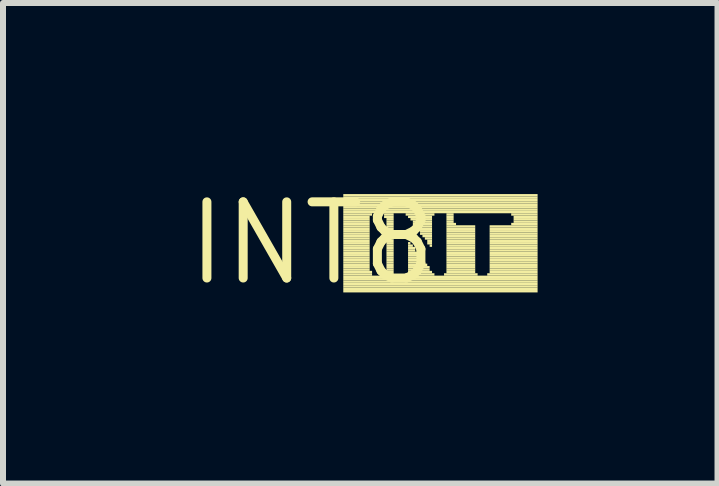
<source format=kicad_pcb>
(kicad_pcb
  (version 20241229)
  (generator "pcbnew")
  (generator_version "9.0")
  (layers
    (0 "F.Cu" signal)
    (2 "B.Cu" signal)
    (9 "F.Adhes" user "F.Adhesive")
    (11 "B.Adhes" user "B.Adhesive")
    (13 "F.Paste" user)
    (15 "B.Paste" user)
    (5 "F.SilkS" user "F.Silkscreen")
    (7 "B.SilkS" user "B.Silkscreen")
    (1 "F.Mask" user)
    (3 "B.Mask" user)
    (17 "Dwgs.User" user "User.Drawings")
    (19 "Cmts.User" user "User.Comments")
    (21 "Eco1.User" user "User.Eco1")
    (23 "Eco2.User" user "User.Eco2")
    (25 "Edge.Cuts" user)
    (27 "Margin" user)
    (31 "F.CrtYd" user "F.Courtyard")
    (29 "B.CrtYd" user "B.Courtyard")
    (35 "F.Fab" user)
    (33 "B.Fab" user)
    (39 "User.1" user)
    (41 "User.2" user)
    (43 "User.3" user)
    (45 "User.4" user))
  (footprint "INT8"
    (layer "F.Cu")
    (at 2.154 1.006)
    (property "Reference" "INT8" (at 0 0 0) (layer "F.SilkS") (effects (font (size 1.27 1.27) (thickness 0.15))))
    (attr through_hole)
    (fp_poly (pts (xy 0.52 -0.78) (xy 3.76 -0.78) (xy 3.76 -0.82) (xy 0.52 -0.82)) (stroke (width 0) (type solid)) (fill yes) (layer "F.SilkS"))
    (fp_poly (pts (xy 0.52 -0.74) (xy 3.76 -0.74) (xy 3.76 -0.78) (xy 0.52 -0.78)) (stroke (width 0) (type solid)) (fill yes) (layer "F.SilkS"))
    (fp_poly (pts (xy 0.52 -0.7) (xy 3.76 -0.7) (xy 3.76 -0.74) (xy 0.52 -0.74)) (stroke (width 0) (type solid)) (fill yes) (layer "F.SilkS"))
    (fp_poly (pts (xy 0.52 -0.66) (xy 3.76 -0.66) (xy 3.76 -0.7) (xy 0.52 -0.7)) (stroke (width 0) (type solid)) (fill yes) (layer "F.SilkS"))
    (fp_poly (pts (xy 0.52 -0.62) (xy 3.76 -0.62) (xy 3.76 -0.66) (xy 0.52 -0.66)) (stroke (width 0) (type solid)) (fill yes) (layer "F.SilkS"))
    (fp_poly (pts (xy 0.52 -0.58) (xy 3.76 -0.58) (xy 3.76 -0.62) (xy 0.52 -0.62)) (stroke (width 0) (type solid)) (fill yes) (layer "F.SilkS"))
    (fp_poly (pts (xy 0.52 -0.54) (xy 3.76 -0.54) (xy 3.76 -0.58) (xy 0.52 -0.58)) (stroke (width 0) (type solid)) (fill yes) (layer "F.SilkS"))
    (fp_poly (pts (xy 0.52 -0.5) (xy 3.76 -0.5) (xy 3.76 -0.54) (xy 0.52 -0.54)) (stroke (width 0) (type solid)) (fill yes) (layer "F.SilkS"))
    (fp_poly (pts (xy 0.52 -0.46) (xy 1 -0.46) (xy 1 -0.5) (xy 0.52 -0.5)) (stroke (width 0) (type solid)) (fill yes) (layer "F.SilkS"))
    (fp_poly (pts (xy 0.52 -0.42) (xy 0.96 -0.42) (xy 0.96 -0.46) (xy 0.52 -0.46)) (stroke (width 0) (type solid)) (fill yes) (layer "F.SilkS"))
    (fp_poly (pts (xy 0.52 -0.38) (xy 0.96 -0.38) (xy 0.96 -0.42) (xy 0.52 -0.42)) (stroke (width 0) (type solid)) (fill yes) (layer "F.SilkS"))
    (fp_poly (pts (xy 0.52 -0.34) (xy 0.96 -0.34) (xy 0.96 -0.38) (xy 0.52 -0.38)) (stroke (width 0) (type solid)) (fill yes) (layer "F.SilkS"))
    (fp_poly (pts (xy 0.52 -0.3) (xy 0.96 -0.3) (xy 0.96 -0.34) (xy 0.52 -0.34)) (stroke (width 0) (type solid)) (fill yes) (layer "F.SilkS"))
    (fp_poly (pts (xy 0.52 -0.26) (xy 0.96 -0.26) (xy 0.96 -0.3) (xy 0.52 -0.3)) (stroke (width 0) (type solid)) (fill yes) (layer "F.SilkS"))
    (fp_poly (pts (xy 0.52 -0.22) (xy 0.96 -0.22) (xy 0.96 -0.26) (xy 0.52 -0.26)) (stroke (width 0) (type solid)) (fill yes) (layer "F.SilkS"))
    (fp_poly (pts (xy 0.52 -0.18) (xy 0.96 -0.18) (xy 0.96 -0.22) (xy 0.52 -0.22)) (stroke (width 0) (type solid)) (fill yes) (layer "F.SilkS"))
    (fp_poly (pts (xy 0.52 -0.14) (xy 0.96 -0.14) (xy 0.96 -0.18) (xy 0.52 -0.18)) (stroke (width 0) (type solid)) (fill yes) (layer "F.SilkS"))
    (fp_poly (pts (xy 0.52 -0.1) (xy 0.96 -0.1) (xy 0.96 -0.14) (xy 0.52 -0.14)) (stroke (width 0) (type solid)) (fill yes) (layer "F.SilkS"))
    (fp_poly (pts (xy 0.52 -0.06) (xy 0.96 -0.06) (xy 0.96 -0.1) (xy 0.52 -0.1)) (stroke (width 0) (type solid)) (fill yes) (layer "F.SilkS"))
    (fp_poly (pts (xy 0.52 -0.02) (xy 0.96 -0.02) (xy 0.96 -0.06) (xy 0.52 -0.06)) (stroke (width 0) (type solid)) (fill yes) (layer "F.SilkS"))
    (fp_poly (pts (xy 0.52 0.02) (xy 0.96 0.02) (xy 0.96 -0.02) (xy 0.52 -0.02)) (stroke (width 0) (type solid)) (fill yes) (layer "F.SilkS"))
    (fp_poly (pts (xy 0.52 0.06) (xy 0.96 0.06) (xy 0.96 0.02) (xy 0.52 0.02)) (stroke (width 0) (type solid)) (fill yes) (layer "F.SilkS"))
    (fp_poly (pts (xy 0.52 0.1) (xy 0.96 0.1) (xy 0.96 0.06) (xy 0.52 0.06)) (stroke (width 0) (type solid)) (fill yes) (layer "F.SilkS"))
    (fp_poly (pts (xy 0.52 0.14) (xy 0.96 0.14) (xy 0.96 0.1) (xy 0.52 0.1)) (stroke (width 0) (type solid)) (fill yes) (layer "F.SilkS"))
    (fp_poly (pts (xy 0.52 0.18) (xy 0.96 0.18) (xy 0.96 0.14) (xy 0.52 0.14)) (stroke (width 0) (type solid)) (fill yes) (layer "F.SilkS"))
    (fp_poly (pts (xy 0.52 0.22) (xy 0.96 0.22) (xy 0.96 0.18) (xy 0.52 0.18)) (stroke (width 0) (type solid)) (fill yes) (layer "F.SilkS"))
    (fp_poly (pts (xy 0.52 0.26) (xy 0.96 0.26) (xy 0.96 0.22) (xy 0.52 0.22)) (stroke (width 0) (type solid)) (fill yes) (layer "F.SilkS"))
    (fp_poly (pts (xy 0.52 0.3) (xy 0.96 0.3) (xy 0.96 0.26) (xy 0.52 0.26)) (stroke (width 0) (type solid)) (fill yes) (layer "F.SilkS"))
    (fp_poly (pts (xy 0.52 0.34) (xy 0.96 0.34) (xy 0.96 0.3) (xy 0.52 0.3)) (stroke (width 0) (type solid)) (fill yes) (layer "F.SilkS"))
    (fp_poly (pts (xy 0.52 0.38) (xy 0.96 0.38) (xy 0.96 0.34) (xy 0.52 0.34)) (stroke (width 0) (type solid)) (fill yes) (layer "F.SilkS"))
    (fp_poly (pts (xy 0.52 0.42) (xy 0.96 0.42) (xy 0.96 0.38) (xy 0.52 0.38)) (stroke (width 0) (type solid)) (fill yes) (layer "F.SilkS"))
    (fp_poly (pts (xy 0.52 0.46) (xy 0.96 0.46) (xy 0.96 0.42) (xy 0.52 0.42)) (stroke (width 0) (type solid)) (fill yes) (layer "F.SilkS"))
    (fp_poly (pts (xy 0.52 0.5) (xy 1 0.5) (xy 1 0.46) (xy 0.52 0.46)) (stroke (width 0) (type solid)) (fill yes) (layer "F.SilkS"))
    (fp_poly (pts (xy 0.52 0.54) (xy 1 0.54) (xy 1 0.5) (xy 0.52 0.5)) (stroke (width 0) (type solid)) (fill yes) (layer "F.SilkS"))
    (fp_poly (pts (xy 0.52 0.58) (xy 3.76 0.58) (xy 3.76 0.54) (xy 0.52 0.54)) (stroke (width 0) (type solid)) (fill yes) (layer "F.SilkS"))
    (fp_poly (pts (xy 0.52 0.62) (xy 3.76 0.62) (xy 3.76 0.58) (xy 0.52 0.58)) (stroke (width 0) (type solid)) (fill yes) (layer "F.SilkS"))
    (fp_poly (pts (xy 0.52 0.66) (xy 3.76 0.66) (xy 3.76 0.62) (xy 0.52 0.62)) (stroke (width 0) (type solid)) (fill yes) (layer "F.SilkS"))
    (fp_poly (pts (xy 0.52 0.7) (xy 3.76 0.7) (xy 3.76 0.66) (xy 0.52 0.66)) (stroke (width 0) (type solid)) (fill yes) (layer "F.SilkS"))
    (fp_poly (pts (xy 0.52 0.74) (xy 3.76 0.74) (xy 3.76 0.7) (xy 0.52 0.7)) (stroke (width 0) (type solid)) (fill yes) (layer "F.SilkS"))
    (fp_poly (pts (xy 0.52 0.78) (xy 3.76 0.78) (xy 3.76 0.74) (xy 0.52 0.74)) (stroke (width 0) (type solid)) (fill yes) (layer "F.SilkS"))
    (fp_poly (pts (xy 0.52 0.82) (xy 3.76 0.82) (xy 3.76 0.78) (xy 0.52 0.78)) (stroke (width 0) (type solid)) (fill yes) (layer "F.SilkS"))
    (fp_poly (pts (xy 1.2 -0.46) (xy 1.36 -0.46) (xy 1.36 -0.5) (xy 1.2 -0.5)) (stroke (width 0) (type solid)) (fill yes) (layer "F.SilkS"))
    (fp_poly (pts (xy 1.2 -0.42) (xy 1.36 -0.42) (xy 1.36 -0.46) (xy 1.2 -0.46)) (stroke (width 0) (type solid)) (fill yes) (layer "F.SilkS"))
    (fp_poly (pts (xy 1.2 0.5) (xy 1.36 0.5) (xy 1.36 0.46) (xy 1.2 0.46)) (stroke (width 0) (type solid)) (fill yes) (layer "F.SilkS"))
    (fp_poly (pts (xy 1.2 0.54) (xy 1.36 0.54) (xy 1.36 0.5) (xy 1.2 0.5)) (stroke (width 0) (type solid)) (fill yes) (layer "F.SilkS"))
    (fp_poly (pts (xy 1.24 -0.38) (xy 1.36 -0.38) (xy 1.36 -0.42) (xy 1.24 -0.42)) (stroke (width 0) (type solid)) (fill yes) (layer "F.SilkS"))
    (fp_poly (pts (xy 1.24 -0.34) (xy 1.36 -0.34) (xy 1.36 -0.38) (xy 1.24 -0.38)) (stroke (width 0) (type solid)) (fill yes) (layer "F.SilkS"))
    (fp_poly (pts (xy 1.24 -0.3) (xy 1.36 -0.3) (xy 1.36 -0.34) (xy 1.24 -0.34)) (stroke (width 0) (type solid)) (fill yes) (layer "F.SilkS"))
    (fp_poly (pts (xy 1.24 -0.26) (xy 1.36 -0.26) (xy 1.36 -0.3) (xy 1.24 -0.3)) (stroke (width 0) (type solid)) (fill yes) (layer "F.SilkS"))
    (fp_poly (pts (xy 1.24 -0.22) (xy 1.36 -0.22) (xy 1.36 -0.26) (xy 1.24 -0.26)) (stroke (width 0) (type solid)) (fill yes) (layer "F.SilkS"))
    (fp_poly (pts (xy 1.24 -0.18) (xy 1.36 -0.18) (xy 1.36 -0.22) (xy 1.24 -0.22)) (stroke (width 0) (type solid)) (fill yes) (layer "F.SilkS"))
    (fp_poly (pts (xy 1.24 -0.14) (xy 1.36 -0.14) (xy 1.36 -0.18) (xy 1.24 -0.18)) (stroke (width 0) (type solid)) (fill yes) (layer "F.SilkS"))
    (fp_poly (pts (xy 1.24 -0.1) (xy 1.36 -0.1) (xy 1.36 -0.14) (xy 1.24 -0.14)) (stroke (width 0) (type solid)) (fill yes) (layer "F.SilkS"))
    (fp_poly (pts (xy 1.24 -0.06) (xy 1.36 -0.06) (xy 1.36 -0.1) (xy 1.24 -0.1)) (stroke (width 0) (type solid)) (fill yes) (layer "F.SilkS"))
    (fp_poly (pts (xy 1.24 -0.02) (xy 1.36 -0.02) (xy 1.36 -0.06) (xy 1.24 -0.06)) (stroke (width 0) (type solid)) (fill yes) (layer "F.SilkS"))
    (fp_poly (pts (xy 1.24 0.02) (xy 1.36 0.02) (xy 1.36 -0.02) (xy 1.24 -0.02)) (stroke (width 0) (type solid)) (fill yes) (layer "F.SilkS"))
    (fp_poly (pts (xy 1.24 0.06) (xy 1.36 0.06) (xy 1.36 0.02) (xy 1.24 0.02)) (stroke (width 0) (type solid)) (fill yes) (layer "F.SilkS"))
    (fp_poly (pts (xy 1.24 0.1) (xy 1.36 0.1) (xy 1.36 0.06) (xy 1.24 0.06)) (stroke (width 0) (type solid)) (fill yes) (layer "F.SilkS"))
    (fp_poly (pts (xy 1.24 0.14) (xy 1.36 0.14) (xy 1.36 0.1) (xy 1.24 0.1)) (stroke (width 0) (type solid)) (fill yes) (layer "F.SilkS"))
    (fp_poly (pts (xy 1.24 0.18) (xy 1.36 0.18) (xy 1.36 0.14) (xy 1.24 0.14)) (stroke (width 0) (type solid)) (fill yes) (layer "F.SilkS"))
    (fp_poly (pts (xy 1.24 0.22) (xy 1.36 0.22) (xy 1.36 0.18) (xy 1.24 0.18)) (stroke (width 0) (type solid)) (fill yes) (layer "F.SilkS"))
    (fp_poly (pts (xy 1.24 0.26) (xy 1.36 0.26) (xy 1.36 0.22) (xy 1.24 0.22)) (stroke (width 0) (type solid)) (fill yes) (layer "F.SilkS"))
    (fp_poly (pts (xy 1.24 0.3) (xy 1.36 0.3) (xy 1.36 0.26) (xy 1.24 0.26)) (stroke (width 0) (type solid)) (fill yes) (layer "F.SilkS"))
    (fp_poly (pts (xy 1.24 0.34) (xy 1.36 0.34) (xy 1.36 0.3) (xy 1.24 0.3)) (stroke (width 0) (type solid)) (fill yes) (layer "F.SilkS"))
    (fp_poly (pts (xy 1.24 0.38) (xy 1.36 0.38) (xy 1.36 0.34) (xy 1.24 0.34)) (stroke (width 0) (type solid)) (fill yes) (layer "F.SilkS"))
    (fp_poly (pts (xy 1.24 0.42) (xy 1.36 0.42) (xy 1.36 0.38) (xy 1.24 0.38)) (stroke (width 0) (type solid)) (fill yes) (layer "F.SilkS"))
    (fp_poly (pts (xy 1.24 0.46) (xy 1.36 0.46) (xy 1.36 0.42) (xy 1.24 0.42)) (stroke (width 0) (type solid)) (fill yes) (layer "F.SilkS"))
    (fp_poly (pts (xy 1.56 -0.46) (xy 2.04 -0.46) (xy 2.04 -0.5) (xy 1.56 -0.5)) (stroke (width 0) (type solid)) (fill yes) (layer "F.SilkS"))
    (fp_poly (pts (xy 1.56 0.54) (xy 2.04 0.54) (xy 2.04 0.5) (xy 1.56 0.5)) (stroke (width 0) (type solid)) (fill yes) (layer "F.SilkS"))
    (fp_poly (pts (xy 1.6 -0.42) (xy 2 -0.42) (xy 2 -0.46) (xy 1.6 -0.46)) (stroke (width 0) (type solid)) (fill yes) (layer "F.SilkS"))
    (fp_poly (pts (xy 1.6 0.02) (xy 1.64 0.02) (xy 1.64 -0.02) (xy 1.6 -0.02)) (stroke (width 0) (type solid)) (fill yes) (layer "F.SilkS"))
    (fp_poly (pts (xy 1.6 0.06) (xy 1.68 0.06) (xy 1.68 0.02) (xy 1.6 0.02)) (stroke (width 0) (type solid)) (fill yes) (layer "F.SilkS"))
    (fp_poly (pts (xy 1.6 0.1) (xy 1.72 0.1) (xy 1.72 0.06) (xy 1.6 0.06)) (stroke (width 0) (type solid)) (fill yes) (layer "F.SilkS"))
    (fp_poly (pts (xy 1.6 0.14) (xy 1.72 0.14) (xy 1.72 0.1) (xy 1.6 0.1)) (stroke (width 0) (type solid)) (fill yes) (layer "F.SilkS"))
    (fp_poly (pts (xy 1.6 0.18) (xy 1.76 0.18) (xy 1.76 0.14) (xy 1.6 0.14)) (stroke (width 0) (type solid)) (fill yes) (layer "F.SilkS"))
    (fp_poly (pts (xy 1.6 0.22) (xy 1.8 0.22) (xy 1.8 0.18) (xy 1.6 0.18)) (stroke (width 0) (type solid)) (fill yes) (layer "F.SilkS"))
    (fp_poly (pts (xy 1.6 0.26) (xy 1.84 0.26) (xy 1.84 0.22) (xy 1.6 0.22)) (stroke (width 0) (type solid)) (fill yes) (layer "F.SilkS"))
    (fp_poly (pts (xy 1.6 0.3) (xy 1.84 0.3) (xy 1.84 0.26) (xy 1.6 0.26)) (stroke (width 0) (type solid)) (fill yes) (layer "F.SilkS"))
    (fp_poly (pts (xy 1.6 0.34) (xy 1.88 0.34) (xy 1.88 0.3) (xy 1.6 0.3)) (stroke (width 0) (type solid)) (fill yes) (layer "F.SilkS"))
    (fp_poly (pts (xy 1.6 0.38) (xy 1.92 0.38) (xy 1.92 0.34) (xy 1.6 0.34)) (stroke (width 0) (type solid)) (fill yes) (layer "F.SilkS"))
    (fp_poly (pts (xy 1.6 0.42) (xy 1.96 0.42) (xy 1.96 0.38) (xy 1.6 0.38)) (stroke (width 0) (type solid)) (fill yes) (layer "F.SilkS"))
    (fp_poly (pts (xy 1.6 0.46) (xy 1.96 0.46) (xy 1.96 0.42) (xy 1.6 0.42)) (stroke (width 0) (type solid)) (fill yes) (layer "F.SilkS"))
    (fp_poly (pts (xy 1.6 0.5) (xy 2 0.5) (xy 2 0.46) (xy 1.6 0.46)) (stroke (width 0) (type solid)) (fill yes) (layer "F.SilkS"))
    (fp_poly (pts (xy 1.64 -0.38) (xy 2 -0.38) (xy 2 -0.42) (xy 1.64 -0.42)) (stroke (width 0) (type solid)) (fill yes) (layer "F.SilkS"))
    (fp_poly (pts (xy 1.68 -0.34) (xy 2 -0.34) (xy 2 -0.38) (xy 1.68 -0.38)) (stroke (width 0) (type solid)) (fill yes) (layer "F.SilkS"))
    (fp_poly (pts (xy 1.68 -0.3) (xy 2 -0.3) (xy 2 -0.34) (xy 1.68 -0.34)) (stroke (width 0) (type solid)) (fill yes) (layer "F.SilkS"))
    (fp_poly (pts (xy 1.72 -0.26) (xy 2 -0.26) (xy 2 -0.3) (xy 1.72 -0.3)) (stroke (width 0) (type solid)) (fill yes) (layer "F.SilkS"))
    (fp_poly (pts (xy 1.76 -0.22) (xy 2 -0.22) (xy 2 -0.26) (xy 1.76 -0.26)) (stroke (width 0) (type solid)) (fill yes) (layer "F.SilkS"))
    (fp_poly (pts (xy 1.8 -0.18) (xy 2 -0.18) (xy 2 -0.22) (xy 1.8 -0.22)) (stroke (width 0) (type solid)) (fill yes) (layer "F.SilkS"))
    (fp_poly (pts (xy 1.8 -0.14) (xy 2 -0.14) (xy 2 -0.18) (xy 1.8 -0.18)) (stroke (width 0) (type solid)) (fill yes) (layer "F.SilkS"))
    (fp_poly (pts (xy 1.84 -0.1) (xy 2 -0.1) (xy 2 -0.14) (xy 1.84 -0.14)) (stroke (width 0) (type solid)) (fill yes) (layer "F.SilkS"))
    (fp_poly (pts (xy 1.88 -0.06) (xy 2 -0.06) (xy 2 -0.1) (xy 1.88 -0.1)) (stroke (width 0) (type solid)) (fill yes) (layer "F.SilkS"))
    (fp_poly (pts (xy 1.92 -0.02) (xy 2 -0.02) (xy 2 -0.06) (xy 1.92 -0.06)) (stroke (width 0) (type solid)) (fill yes) (layer "F.SilkS"))
    (fp_poly (pts (xy 1.92 0.02) (xy 2 0.02) (xy 2 -0.02) (xy 1.92 -0.02)) (stroke (width 0) (type solid)) (fill yes) (layer "F.SilkS"))
    (fp_poly (pts (xy 1.96 0.06) (xy 2 0.06) (xy 2 0.02) (xy 1.96 0.02)) (stroke (width 0) (type solid)) (fill yes) (layer "F.SilkS"))
    (fp_poly (pts (xy 2.2 0.54) (xy 2.76 0.54) (xy 2.76 0.5) (xy 2.2 0.5)) (stroke (width 0) (type solid)) (fill yes) (layer "F.SilkS"))
    (fp_poly (pts (xy 2.24 -0.46) (xy 2.36 -0.46) (xy 2.36 -0.5) (xy 2.24 -0.5)) (stroke (width 0) (type solid)) (fill yes) (layer "F.SilkS"))
    (fp_poly (pts (xy 2.24 -0.42) (xy 2.36 -0.42) (xy 2.36 -0.46) (xy 2.24 -0.46)) (stroke (width 0) (type solid)) (fill yes) (layer "F.SilkS"))
    (fp_poly (pts (xy 2.24 -0.38) (xy 2.36 -0.38) (xy 2.36 -0.42) (xy 2.24 -0.42)) (stroke (width 0) (type solid)) (fill yes) (layer "F.SilkS"))
    (fp_poly (pts (xy 2.24 -0.34) (xy 2.36 -0.34) (xy 2.36 -0.38) (xy 2.24 -0.38)) (stroke (width 0) (type solid)) (fill yes) (layer "F.SilkS"))
    (fp_poly (pts (xy 2.24 -0.3) (xy 2.4 -0.3) (xy 2.4 -0.34) (xy 2.24 -0.34)) (stroke (width 0) (type solid)) (fill yes) (layer "F.SilkS"))
    (fp_poly (pts (xy 2.24 -0.26) (xy 2.72 -0.26) (xy 2.72 -0.3) (xy 2.24 -0.3)) (stroke (width 0) (type solid)) (fill yes) (layer "F.SilkS"))
    (fp_poly (pts (xy 2.24 -0.22) (xy 2.72 -0.22) (xy 2.72 -0.26) (xy 2.24 -0.26)) (stroke (width 0) (type solid)) (fill yes) (layer "F.SilkS"))
    (fp_poly (pts (xy 2.24 -0.18) (xy 2.72 -0.18) (xy 2.72 -0.22) (xy 2.24 -0.22)) (stroke (width 0) (type solid)) (fill yes) (layer "F.SilkS"))
    (fp_poly (pts (xy 2.24 -0.14) (xy 2.72 -0.14) (xy 2.72 -0.18) (xy 2.24 -0.18)) (stroke (width 0) (type solid)) (fill yes) (layer "F.SilkS"))
    (fp_poly (pts (xy 2.24 -0.1) (xy 2.72 -0.1) (xy 2.72 -0.14) (xy 2.24 -0.14)) (stroke (width 0) (type solid)) (fill yes) (layer "F.SilkS"))
    (fp_poly (pts (xy 2.24 -0.06) (xy 2.72 -0.06) (xy 2.72 -0.1) (xy 2.24 -0.1)) (stroke (width 0) (type solid)) (fill yes) (layer "F.SilkS"))
    (fp_poly (pts (xy 2.24 -0.02) (xy 2.72 -0.02) (xy 2.72 -0.06) (xy 2.24 -0.06)) (stroke (width 0) (type solid)) (fill yes) (layer "F.SilkS"))
    (fp_poly (pts (xy 2.24 0.02) (xy 2.72 0.02) (xy 2.72 -0.02) (xy 2.24 -0.02)) (stroke (width 0) (type solid)) (fill yes) (layer "F.SilkS"))
    (fp_poly (pts (xy 2.24 0.06) (xy 2.72 0.06) (xy 2.72 0.02) (xy 2.24 0.02)) (stroke (width 0) (type solid)) (fill yes) (layer "F.SilkS"))
    (fp_poly (pts (xy 2.24 0.1) (xy 2.72 0.1) (xy 2.72 0.06) (xy 2.24 0.06)) (stroke (width 0) (type solid)) (fill yes) (layer "F.SilkS"))
    (fp_poly (pts (xy 2.24 0.14) (xy 2.72 0.14) (xy 2.72 0.1) (xy 2.24 0.1)) (stroke (width 0) (type solid)) (fill yes) (layer "F.SilkS"))
    (fp_poly (pts (xy 2.24 0.18) (xy 2.72 0.18) (xy 2.72 0.14) (xy 2.24 0.14)) (stroke (width 0) (type solid)) (fill yes) (layer "F.SilkS"))
    (fp_poly (pts (xy 2.24 0.22) (xy 2.72 0.22) (xy 2.72 0.18) (xy 2.24 0.18)) (stroke (width 0) (type solid)) (fill yes) (layer "F.SilkS"))
    (fp_poly (pts (xy 2.24 0.26) (xy 2.72 0.26) (xy 2.72 0.22) (xy 2.24 0.22)) (stroke (width 0) (type solid)) (fill yes) (layer "F.SilkS"))
    (fp_poly (pts (xy 2.24 0.3) (xy 2.72 0.3) (xy 2.72 0.26) (xy 2.24 0.26)) (stroke (width 0) (type solid)) (fill yes) (layer "F.SilkS"))
    (fp_poly (pts (xy 2.24 0.34) (xy 2.72 0.34) (xy 2.72 0.3) (xy 2.24 0.3)) (stroke (width 0) (type solid)) (fill yes) (layer "F.SilkS"))
    (fp_poly (pts (xy 2.24 0.38) (xy 2.72 0.38) (xy 2.72 0.34) (xy 2.24 0.34)) (stroke (width 0) (type solid)) (fill yes) (layer "F.SilkS"))
    (fp_poly (pts (xy 2.24 0.42) (xy 2.72 0.42) (xy 2.72 0.38) (xy 2.24 0.38)) (stroke (width 0) (type solid)) (fill yes) (layer "F.SilkS"))
    (fp_poly (pts (xy 2.24 0.46) (xy 2.72 0.46) (xy 2.72 0.42) (xy 2.24 0.42)) (stroke (width 0) (type solid)) (fill yes) (layer "F.SilkS"))
    (fp_poly (pts (xy 2.24 0.5) (xy 2.72 0.5) (xy 2.72 0.46) (xy 2.24 0.46)) (stroke (width 0) (type solid)) (fill yes) (layer "F.SilkS"))
    (fp_poly (pts (xy 2.92 0.54) (xy 3.76 0.54) (xy 3.76 0.5) (xy 2.92 0.5)) (stroke (width 0) (type solid)) (fill yes) (layer "F.SilkS"))
    (fp_poly (pts (xy 2.96 -0.26) (xy 3.76 -0.26) (xy 3.76 -0.3) (xy 2.96 -0.3)) (stroke (width 0) (type solid)) (fill yes) (layer "F.SilkS"))
    (fp_poly (pts (xy 2.96 -0.22) (xy 3.76 -0.22) (xy 3.76 -0.26) (xy 2.96 -0.26)) (stroke (width 0) (type solid)) (fill yes) (layer "F.SilkS"))
    (fp_poly (pts (xy 2.96 -0.18) (xy 3.76 -0.18) (xy 3.76 -0.22) (xy 2.96 -0.22)) (stroke (width 0) (type solid)) (fill yes) (layer "F.SilkS"))
    (fp_poly (pts (xy 2.96 -0.14) (xy 3.76 -0.14) (xy 3.76 -0.18) (xy 2.96 -0.18)) (stroke (width 0) (type solid)) (fill yes) (layer "F.SilkS"))
    (fp_poly (pts (xy 2.96 -0.1) (xy 3.76 -0.1) (xy 3.76 -0.14) (xy 2.96 -0.14)) (stroke (width 0) (type solid)) (fill yes) (layer "F.SilkS"))
    (fp_poly (pts (xy 2.96 -0.06) (xy 3.76 -0.06) (xy 3.76 -0.1) (xy 2.96 -0.1)) (stroke (width 0) (type solid)) (fill yes) (layer "F.SilkS"))
    (fp_poly (pts (xy 2.96 -0.02) (xy 3.76 -0.02) (xy 3.76 -0.06) (xy 2.96 -0.06)) (stroke (width 0) (type solid)) (fill yes) (layer "F.SilkS"))
    (fp_poly (pts (xy 2.96 0.02) (xy 3.76 0.02) (xy 3.76 -0.02) (xy 2.96 -0.02)) (stroke (width 0) (type solid)) (fill yes) (layer "F.SilkS"))
    (fp_poly (pts (xy 2.96 0.06) (xy 3.76 0.06) (xy 3.76 0.02) (xy 2.96 0.02)) (stroke (width 0) (type solid)) (fill yes) (layer "F.SilkS"))
    (fp_poly (pts (xy 2.96 0.1) (xy 3.76 0.1) (xy 3.76 0.06) (xy 2.96 0.06)) (stroke (width 0) (type solid)) (fill yes) (layer "F.SilkS"))
    (fp_poly (pts (xy 2.96 0.14) (xy 3.76 0.14) (xy 3.76 0.1) (xy 2.96 0.1)) (stroke (width 0) (type solid)) (fill yes) (layer "F.SilkS"))
    (fp_poly (pts (xy 2.96 0.18) (xy 3.76 0.18) (xy 3.76 0.14) (xy 2.96 0.14)) (stroke (width 0) (type solid)) (fill yes) (layer "F.SilkS"))
    (fp_poly (pts (xy 2.96 0.22) (xy 3.76 0.22) (xy 3.76 0.18) (xy 2.96 0.18)) (stroke (width 0) (type solid)) (fill yes) (layer "F.SilkS"))
    (fp_poly (pts (xy 2.96 0.26) (xy 3.76 0.26) (xy 3.76 0.22) (xy 2.96 0.22)) (stroke (width 0) (type solid)) (fill yes) (layer "F.SilkS"))
    (fp_poly (pts (xy 2.96 0.3) (xy 3.76 0.3) (xy 3.76 0.26) (xy 2.96 0.26)) (stroke (width 0) (type solid)) (fill yes) (layer "F.SilkS"))
    (fp_poly (pts (xy 2.96 0.34) (xy 3.76 0.34) (xy 3.76 0.3) (xy 2.96 0.3)) (stroke (width 0) (type solid)) (fill yes) (layer "F.SilkS"))
    (fp_poly (pts (xy 2.96 0.38) (xy 3.76 0.38) (xy 3.76 0.34) (xy 2.96 0.34)) (stroke (width 0) (type solid)) (fill yes) (layer "F.SilkS"))
    (fp_poly (pts (xy 2.96 0.42) (xy 3.76 0.42) (xy 3.76 0.38) (xy 2.96 0.38)) (stroke (width 0) (type solid)) (fill yes) (layer "F.SilkS"))
    (fp_poly (pts (xy 2.96 0.46) (xy 3.76 0.46) (xy 3.76 0.42) (xy 2.96 0.42)) (stroke (width 0) (type solid)) (fill yes) (layer "F.SilkS"))
    (fp_poly (pts (xy 2.96 0.5) (xy 3.76 0.5) (xy 3.76 0.46) (xy 2.96 0.46)) (stroke (width 0) (type solid)) (fill yes) (layer "F.SilkS"))
    (fp_poly (pts (xy 3.32 -0.46) (xy 3.76 -0.46) (xy 3.76 -0.5) (xy 3.32 -0.5)) (stroke (width 0) (type solid)) (fill yes) (layer "F.SilkS"))
    (fp_poly (pts (xy 3.32 -0.3) (xy 3.76 -0.3) (xy 3.76 -0.34) (xy 3.32 -0.34)) (stroke (width 0) (type solid)) (fill yes) (layer "F.SilkS"))
    (fp_poly (pts (xy 3.36 -0.42) (xy 3.76 -0.42) (xy 3.76 -0.46) (xy 3.36 -0.46)) (stroke (width 0) (type solid)) (fill yes) (layer "F.SilkS"))
    (fp_poly (pts (xy 3.36 -0.38) (xy 3.76 -0.38) (xy 3.76 -0.42) (xy 3.36 -0.42)) (stroke (width 0) (type solid)) (fill yes) (layer "F.SilkS"))
    (fp_poly (pts (xy 3.36 -0.34) (xy 3.76 -0.34) (xy 3.76 -0.38) (xy 3.36 -0.38)) (stroke (width 0) (type solid)) (fill yes) (layer "F.SilkS")))
  (gr_rect
    (start -3 -3)
    (end 8.914 5.012)
    (stroke (width 0.1) (type default))
    (fill no)
    (layer "Edge.Cuts")))
</source>
